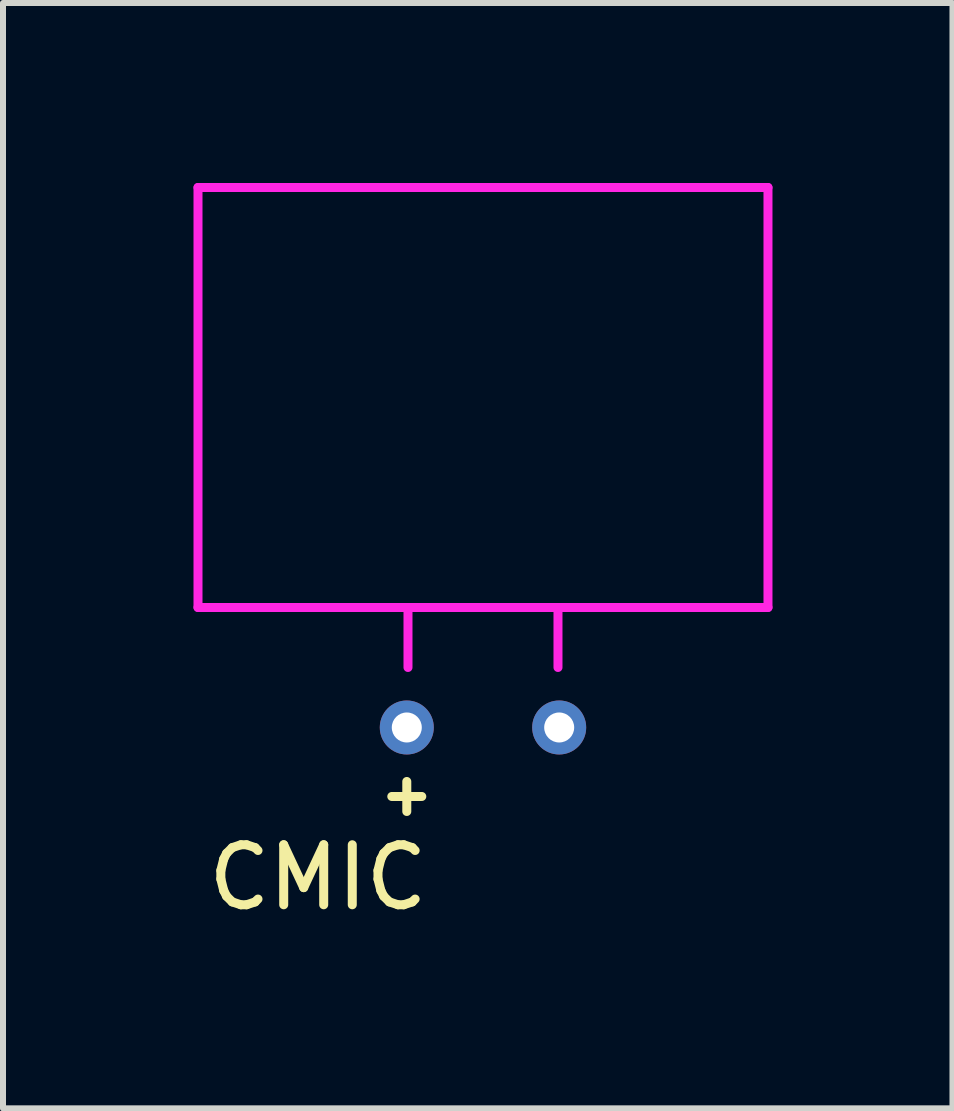
<source format=kicad_pcb>
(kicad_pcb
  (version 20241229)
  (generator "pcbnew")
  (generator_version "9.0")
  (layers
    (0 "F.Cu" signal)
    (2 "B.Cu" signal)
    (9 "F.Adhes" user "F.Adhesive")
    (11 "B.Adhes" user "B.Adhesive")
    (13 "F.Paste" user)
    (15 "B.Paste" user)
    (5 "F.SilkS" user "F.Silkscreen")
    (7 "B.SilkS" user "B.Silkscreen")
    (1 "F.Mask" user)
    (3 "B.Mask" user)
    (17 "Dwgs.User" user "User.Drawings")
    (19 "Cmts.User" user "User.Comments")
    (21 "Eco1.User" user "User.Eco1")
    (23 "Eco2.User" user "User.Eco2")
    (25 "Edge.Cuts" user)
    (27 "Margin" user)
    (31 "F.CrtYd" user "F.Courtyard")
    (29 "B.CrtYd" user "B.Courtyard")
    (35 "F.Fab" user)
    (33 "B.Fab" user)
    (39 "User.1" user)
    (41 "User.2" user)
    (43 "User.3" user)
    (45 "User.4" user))
  (footprint "CMIC"
    (layer "F.Cu")
    (at 0.25 9.075)
    (property "Reference" "CMIC" (at 2 2.5 0) (layer "F.SilkS") (effects (font (size 1 1) (thickness 0.15))))
    (attr through_hole)
    (fp_line (start 3.23 1.15) (end 3.73 1.15) (stroke (width 0.15) (type solid)) (layer "F.SilkS"))
    (fp_line (start 3.48 1.4) (end 3.48 0.9) (stroke (width 0.15) (type solid)) (layer "F.SilkS"))
    (fp_line (start 0 -9) (end 9.5 -9) (stroke (width 0.15) (type solid)) (layer "F.CrtYd"))
    (fp_line (start 0 -2) (end 0 -9) (stroke (width 0.15) (type solid)) (layer "F.CrtYd"))
    (fp_line (start 3.5 -2) (end 3.5 -1) (stroke (width 0.15) (type solid)) (layer "F.CrtYd"))
    (fp_line (start 6 -2) (end 6 -1) (stroke (width 0.15) (type solid)) (layer "F.CrtYd"))
    (fp_line (start 9.5 -9) (end 9.5 -2) (stroke (width 0.15) (type solid)) (layer "F.CrtYd"))
    (fp_line (start 9.5 -2) (end 0 -2) (stroke (width 0.15) (type solid)) (layer "F.CrtYd"))
    (pad "1" thru_hole circle (at 3.48 0) (size 0.9 0.9) (drill 0.5) (layers "*.Cu" "*.Mask"))
    (pad "2" thru_hole circle (at 6.02 0) (size 0.9 0.9) (drill 0.5) (layers "*.Cu" "*.Mask")))
  (gr_rect
    (start -3 -3)
    (end 12.825 15.423)
    (stroke (width 0.1) (type default))
    (fill no)
    (layer "Edge.Cuts")))
</source>
